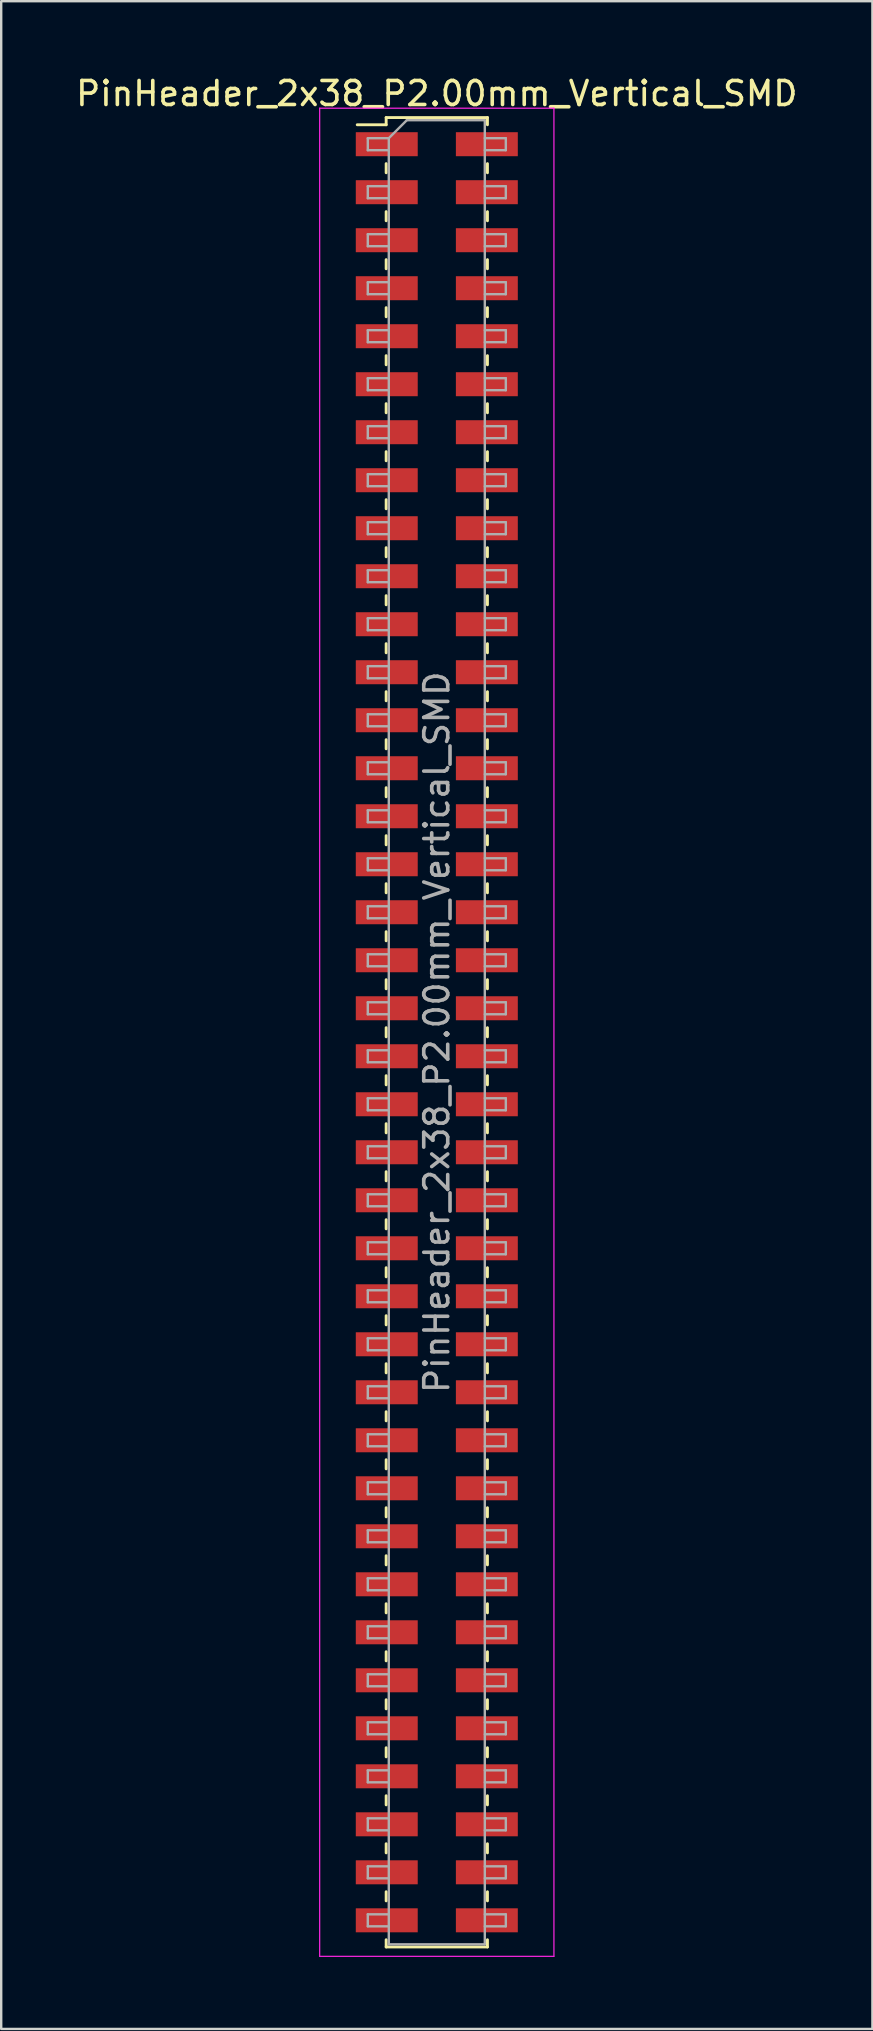
<source format=kicad_pcb>
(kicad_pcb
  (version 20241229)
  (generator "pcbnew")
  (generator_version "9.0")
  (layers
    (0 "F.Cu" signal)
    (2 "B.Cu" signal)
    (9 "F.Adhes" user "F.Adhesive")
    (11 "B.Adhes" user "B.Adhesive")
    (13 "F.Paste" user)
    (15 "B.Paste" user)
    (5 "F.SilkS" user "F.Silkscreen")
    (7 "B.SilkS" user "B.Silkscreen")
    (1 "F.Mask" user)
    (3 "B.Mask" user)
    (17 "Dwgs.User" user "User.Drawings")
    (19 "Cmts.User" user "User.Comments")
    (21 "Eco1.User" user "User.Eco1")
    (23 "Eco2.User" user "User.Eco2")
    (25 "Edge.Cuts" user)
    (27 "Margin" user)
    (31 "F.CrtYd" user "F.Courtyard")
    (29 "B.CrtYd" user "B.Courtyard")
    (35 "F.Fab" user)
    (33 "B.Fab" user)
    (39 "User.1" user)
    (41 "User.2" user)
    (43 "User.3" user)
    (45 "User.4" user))
  (footprint "PinHeader_2x38_P2.00mm_Vertical_SMD"
    (layer "F.Cu")
    (at 15.149 39.958)
    (property "Reference" "PinHeader_2x38_P2.00mm_Vertical_SMD" (at 0 -39.11 0) (layer "F.SilkS") (effects (font (size 1 1) (thickness 0.15))))
    (attr smd)
    (fp_line (start -3.315 -37.81) (end -2.11 -37.81) (stroke (width 0.12) (type solid)) (layer "F.SilkS"))
    (fp_line (start -2.11 -38.11) (end -2.11 -37.81) (stroke (width 0.12) (type solid)) (layer "F.SilkS"))
    (fp_line (start -2.11 -38.11) (end 2.11 -38.11) (stroke (width 0.12) (type solid)) (layer "F.SilkS"))
    (fp_line (start -2.11 -36.19) (end -2.11 -35.81) (stroke (width 0.12) (type solid)) (layer "F.SilkS"))
    (fp_line (start -2.11 -34.19) (end -2.11 -33.81) (stroke (width 0.12) (type solid)) (layer "F.SilkS"))
    (fp_line (start -2.11 -32.19) (end -2.11 -31.81) (stroke (width 0.12) (type solid)) (layer "F.SilkS"))
    (fp_line (start -2.11 -30.19) (end -2.11 -29.81) (stroke (width 0.12) (type solid)) (layer "F.SilkS"))
    (fp_line (start -2.11 -28.19) (end -2.11 -27.81) (stroke (width 0.12) (type solid)) (layer "F.SilkS"))
    (fp_line (start -2.11 -26.19) (end -2.11 -25.81) (stroke (width 0.12) (type solid)) (layer "F.SilkS"))
    (fp_line (start -2.11 -24.19) (end -2.11 -23.81) (stroke (width 0.12) (type solid)) (layer "F.SilkS"))
    (fp_line (start -2.11 -22.19) (end -2.11 -21.81) (stroke (width 0.12) (type solid)) (layer "F.SilkS"))
    (fp_line (start -2.11 -20.19) (end -2.11 -19.81) (stroke (width 0.12) (type solid)) (layer "F.SilkS"))
    (fp_line (start -2.11 -18.19) (end -2.11 -17.81) (stroke (width 0.12) (type solid)) (layer "F.SilkS"))
    (fp_line (start -2.11 -16.19) (end -2.11 -15.81) (stroke (width 0.12) (type solid)) (layer "F.SilkS"))
    (fp_line (start -2.11 -14.19) (end -2.11 -13.81) (stroke (width 0.12) (type solid)) (layer "F.SilkS"))
    (fp_line (start -2.11 -12.19) (end -2.11 -11.81) (stroke (width 0.12) (type solid)) (layer "F.SilkS"))
    (fp_line (start -2.11 -10.19) (end -2.11 -9.81) (stroke (width 0.12) (type solid)) (layer "F.SilkS"))
    (fp_line (start -2.11 -8.19) (end -2.11 -7.81) (stroke (width 0.12) (type solid)) (layer "F.SilkS"))
    (fp_line (start -2.11 -6.19) (end -2.11 -5.81) (stroke (width 0.12) (type solid)) (layer "F.SilkS"))
    (fp_line (start -2.11 -4.19) (end -2.11 -3.81) (stroke (width 0.12) (type solid)) (layer "F.SilkS"))
    (fp_line (start -2.11 -2.19) (end -2.11 -1.81) (stroke (width 0.12) (type solid)) (layer "F.SilkS"))
    (fp_line (start -2.11 -0.19) (end -2.11 0.19) (stroke (width 0.12) (type solid)) (layer "F.SilkS"))
    (fp_line (start -2.11 1.81) (end -2.11 2.19) (stroke (width 0.12) (type solid)) (layer "F.SilkS"))
    (fp_line (start -2.11 3.81) (end -2.11 4.19) (stroke (width 0.12) (type solid)) (layer "F.SilkS"))
    (fp_line (start -2.11 5.81) (end -2.11 6.19) (stroke (width 0.12) (type solid)) (layer "F.SilkS"))
    (fp_line (start -2.11 7.81) (end -2.11 8.19) (stroke (width 0.12) (type solid)) (layer "F.SilkS"))
    (fp_line (start -2.11 9.81) (end -2.11 10.19) (stroke (width 0.12) (type solid)) (layer "F.SilkS"))
    (fp_line (start -2.11 11.81) (end -2.11 12.19) (stroke (width 0.12) (type solid)) (layer "F.SilkS"))
    (fp_line (start -2.11 13.81) (end -2.11 14.19) (stroke (width 0.12) (type solid)) (layer "F.SilkS"))
    (fp_line (start -2.11 15.81) (end -2.11 16.19) (stroke (width 0.12) (type solid)) (layer "F.SilkS"))
    (fp_line (start -2.11 17.81) (end -2.11 18.19) (stroke (width 0.12) (type solid)) (layer "F.SilkS"))
    (fp_line (start -2.11 19.81) (end -2.11 20.19) (stroke (width 0.12) (type solid)) (layer "F.SilkS"))
    (fp_line (start -2.11 21.81) (end -2.11 22.19) (stroke (width 0.12) (type solid)) (layer "F.SilkS"))
    (fp_line (start -2.11 23.81) (end -2.11 24.19) (stroke (width 0.12) (type solid)) (layer "F.SilkS"))
    (fp_line (start -2.11 25.81) (end -2.11 26.19) (stroke (width 0.12) (type solid)) (layer "F.SilkS"))
    (fp_line (start -2.11 27.81) (end -2.11 28.19) (stroke (width 0.12) (type solid)) (layer "F.SilkS"))
    (fp_line (start -2.11 29.81) (end -2.11 30.19) (stroke (width 0.12) (type solid)) (layer "F.SilkS"))
    (fp_line (start -2.11 31.81) (end -2.11 32.19) (stroke (width 0.12) (type solid)) (layer "F.SilkS"))
    (fp_line (start -2.11 33.81) (end -2.11 34.19) (stroke (width 0.12) (type solid)) (layer "F.SilkS"))
    (fp_line (start -2.11 35.81) (end -2.11 36.19) (stroke (width 0.12) (type solid)) (layer "F.SilkS"))
    (fp_line (start -2.11 37.81) (end -2.11 38.11) (stroke (width 0.12) (type solid)) (layer "F.SilkS"))
    (fp_line (start -2.11 38.11) (end 2.11 38.11) (stroke (width 0.12) (type solid)) (layer "F.SilkS"))
    (fp_line (start 2.11 -38.11) (end 2.11 -37.81) (stroke (width 0.12) (type solid)) (layer "F.SilkS"))
    (fp_line (start 2.11 -36.19) (end 2.11 -35.81) (stroke (width 0.12) (type solid)) (layer "F.SilkS"))
    (fp_line (start 2.11 -34.19) (end 2.11 -33.81) (stroke (width 0.12) (type solid)) (layer "F.SilkS"))
    (fp_line (start 2.11 -32.19) (end 2.11 -31.81) (stroke (width 0.12) (type solid)) (layer "F.SilkS"))
    (fp_line (start 2.11 -30.19) (end 2.11 -29.81) (stroke (width 0.12) (type solid)) (layer "F.SilkS"))
    (fp_line (start 2.11 -28.19) (end 2.11 -27.81) (stroke (width 0.12) (type solid)) (layer "F.SilkS"))
    (fp_line (start 2.11 -26.19) (end 2.11 -25.81) (stroke (width 0.12) (type solid)) (layer "F.SilkS"))
    (fp_line (start 2.11 -24.19) (end 2.11 -23.81) (stroke (width 0.12) (type solid)) (layer "F.SilkS"))
    (fp_line (start 2.11 -22.19) (end 2.11 -21.81) (stroke (width 0.12) (type solid)) (layer "F.SilkS"))
    (fp_line (start 2.11 -20.19) (end 2.11 -19.81) (stroke (width 0.12) (type solid)) (layer "F.SilkS"))
    (fp_line (start 2.11 -18.19) (end 2.11 -17.81) (stroke (width 0.12) (type solid)) (layer "F.SilkS"))
    (fp_line (start 2.11 -16.19) (end 2.11 -15.81) (stroke (width 0.12) (type solid)) (layer "F.SilkS"))
    (fp_line (start 2.11 -14.19) (end 2.11 -13.81) (stroke (width 0.12) (type solid)) (layer "F.SilkS"))
    (fp_line (start 2.11 -12.19) (end 2.11 -11.81) (stroke (width 0.12) (type solid)) (layer "F.SilkS"))
    (fp_line (start 2.11 -10.19) (end 2.11 -9.81) (stroke (width 0.12) (type solid)) (layer "F.SilkS"))
    (fp_line (start 2.11 -8.19) (end 2.11 -7.81) (stroke (width 0.12) (type solid)) (layer "F.SilkS"))
    (fp_line (start 2.11 -6.19) (end 2.11 -5.81) (stroke (width 0.12) (type solid)) (layer "F.SilkS"))
    (fp_line (start 2.11 -4.19) (end 2.11 -3.81) (stroke (width 0.12) (type solid)) (layer "F.SilkS"))
    (fp_line (start 2.11 -2.19) (end 2.11 -1.81) (stroke (width 0.12) (type solid)) (layer "F.SilkS"))
    (fp_line (start 2.11 -0.19) (end 2.11 0.19) (stroke (width 0.12) (type solid)) (layer "F.SilkS"))
    (fp_line (start 2.11 1.81) (end 2.11 2.19) (stroke (width 0.12) (type solid)) (layer "F.SilkS"))
    (fp_line (start 2.11 3.81) (end 2.11 4.19) (stroke (width 0.12) (type solid)) (layer "F.SilkS"))
    (fp_line (start 2.11 5.81) (end 2.11 6.19) (stroke (width 0.12) (type solid)) (layer "F.SilkS"))
    (fp_line (start 2.11 7.81) (end 2.11 8.19) (stroke (width 0.12) (type solid)) (layer "F.SilkS"))
    (fp_line (start 2.11 9.81) (end 2.11 10.19) (stroke (width 0.12) (type solid)) (layer "F.SilkS"))
    (fp_line (start 2.11 11.81) (end 2.11 12.19) (stroke (width 0.12) (type solid)) (layer "F.SilkS"))
    (fp_line (start 2.11 13.81) (end 2.11 14.19) (stroke (width 0.12) (type solid)) (layer "F.SilkS"))
    (fp_line (start 2.11 15.81) (end 2.11 16.19) (stroke (width 0.12) (type solid)) (layer "F.SilkS"))
    (fp_line (start 2.11 17.81) (end 2.11 18.19) (stroke (width 0.12) (type solid)) (layer "F.SilkS"))
    (fp_line (start 2.11 19.81) (end 2.11 20.19) (stroke (width 0.12) (type solid)) (layer "F.SilkS"))
    (fp_line (start 2.11 21.81) (end 2.11 22.19) (stroke (width 0.12) (type solid)) (layer "F.SilkS"))
    (fp_line (start 2.11 23.81) (end 2.11 24.19) (stroke (width 0.12) (type solid)) (layer "F.SilkS"))
    (fp_line (start 2.11 25.81) (end 2.11 26.19) (stroke (width 0.12) (type solid)) (layer "F.SilkS"))
    (fp_line (start 2.11 27.81) (end 2.11 28.19) (stroke (width 0.12) (type solid)) (layer "F.SilkS"))
    (fp_line (start 2.11 29.81) (end 2.11 30.19) (stroke (width 0.12) (type solid)) (layer "F.SilkS"))
    (fp_line (start 2.11 31.81) (end 2.11 32.19) (stroke (width 0.12) (type solid)) (layer "F.SilkS"))
    (fp_line (start 2.11 33.81) (end 2.11 34.19) (stroke (width 0.12) (type solid)) (layer "F.SilkS"))
    (fp_line (start 2.11 35.81) (end 2.11 36.19) (stroke (width 0.12) (type solid)) (layer "F.SilkS"))
    (fp_line (start 2.11 37.81) (end 2.11 38.11) (stroke (width 0.12) (type solid)) (layer "F.SilkS"))
    (fp_line (start -4.88 -38.5) (end -4.88 38.5) (stroke (width 0.05) (type solid)) (layer "F.CrtYd"))
    (fp_line (start -4.88 38.5) (end 4.88 38.5) (stroke (width 0.05) (type solid)) (layer "F.CrtYd"))
    (fp_line (start 4.88 -38.5) (end -4.88 -38.5) (stroke (width 0.05) (type solid)) (layer "F.CrtYd"))
    (fp_line (start 4.88 38.5) (end 4.88 -38.5) (stroke (width 0.05) (type solid)) (layer "F.CrtYd"))
    (fp_line (start -2.875 -37.25) (end -2.875 -36.75) (stroke (width 0.1) (type solid)) (layer "F.Fab"))
    (fp_line (start -2.875 -36.75) (end -2 -36.75) (stroke (width 0.1) (type solid)) (layer "F.Fab"))
    (fp_line (start -2.875 -35.25) (end -2.875 -34.75) (stroke (width 0.1) (type solid)) (layer "F.Fab"))
    (fp_line (start -2.875 -34.75) (end -2 -34.75) (stroke (width 0.1) (type solid)) (layer "F.Fab"))
    (fp_line (start -2.875 -33.25) (end -2.875 -32.75) (stroke (width 0.1) (type solid)) (layer "F.Fab"))
    (fp_line (start -2.875 -32.75) (end -2 -32.75) (stroke (width 0.1) (type solid)) (layer "F.Fab"))
    (fp_line (start -2.875 -31.25) (end -2.875 -30.75) (stroke (width 0.1) (type solid)) (layer "F.Fab"))
    (fp_line (start -2.875 -30.75) (end -2 -30.75) (stroke (width 0.1) (type solid)) (layer "F.Fab"))
    (fp_line (start -2.875 -29.25) (end -2.875 -28.75) (stroke (width 0.1) (type solid)) (layer "F.Fab"))
    (fp_line (start -2.875 -28.75) (end -2 -28.75) (stroke (width 0.1) (type solid)) (layer "F.Fab"))
    (fp_line (start -2.875 -27.25) (end -2.875 -26.75) (stroke (width 0.1) (type solid)) (layer "F.Fab"))
    (fp_line (start -2.875 -26.75) (end -2 -26.75) (stroke (width 0.1) (type solid)) (layer "F.Fab"))
    (fp_line (start -2.875 -25.25) (end -2.875 -24.75) (stroke (width 0.1) (type solid)) (layer "F.Fab"))
    (fp_line (start -2.875 -24.75) (end -2 -24.75) (stroke (width 0.1) (type solid)) (layer "F.Fab"))
    (fp_line (start -2.875 -23.25) (end -2.875 -22.75) (stroke (width 0.1) (type solid)) (layer "F.Fab"))
    (fp_line (start -2.875 -22.75) (end -2 -22.75) (stroke (width 0.1) (type solid)) (layer "F.Fab"))
    (fp_line (start -2.875 -21.25) (end -2.875 -20.75) (stroke (width 0.1) (type solid)) (layer "F.Fab"))
    (fp_line (start -2.875 -20.75) (end -2 -20.75) (stroke (width 0.1) (type solid)) (layer "F.Fab"))
    (fp_line (start -2.875 -19.25) (end -2.875 -18.75) (stroke (width 0.1) (type solid)) (layer "F.Fab"))
    (fp_line (start -2.875 -18.75) (end -2 -18.75) (stroke (width 0.1) (type solid)) (layer "F.Fab"))
    (fp_line (start -2.875 -17.25) (end -2.875 -16.75) (stroke (width 0.1) (type solid)) (layer "F.Fab"))
    (fp_line (start -2.875 -16.75) (end -2 -16.75) (stroke (width 0.1) (type solid)) (layer "F.Fab"))
    (fp_line (start -2.875 -15.25) (end -2.875 -14.75) (stroke (width 0.1) (type solid)) (layer "F.Fab"))
    (fp_line (start -2.875 -14.75) (end -2 -14.75) (stroke (width 0.1) (type solid)) (layer "F.Fab"))
    (fp_line (start -2.875 -13.25) (end -2.875 -12.75) (stroke (width 0.1) (type solid)) (layer "F.Fab"))
    (fp_line (start -2.875 -12.75) (end -2 -12.75) (stroke (width 0.1) (type solid)) (layer "F.Fab"))
    (fp_line (start -2.875 -11.25) (end -2.875 -10.75) (stroke (width 0.1) (type solid)) (layer "F.Fab"))
    (fp_line (start -2.875 -10.75) (end -2 -10.75) (stroke (width 0.1) (type solid)) (layer "F.Fab"))
    (fp_line (start -2.875 -9.25) (end -2.875 -8.75) (stroke (width 0.1) (type solid)) (layer "F.Fab"))
    (fp_line (start -2.875 -8.75) (end -2 -8.75) (stroke (width 0.1) (type solid)) (layer "F.Fab"))
    (fp_line (start -2.875 -7.25) (end -2.875 -6.75) (stroke (width 0.1) (type solid)) (layer "F.Fab"))
    (fp_line (start -2.875 -6.75) (end -2 -6.75) (stroke (width 0.1) (type solid)) (layer "F.Fab"))
    (fp_line (start -2.875 -5.25) (end -2.875 -4.75) (stroke (width 0.1) (type solid)) (layer "F.Fab"))
    (fp_line (start -2.875 -4.75) (end -2 -4.75) (stroke (width 0.1) (type solid)) (layer "F.Fab"))
    (fp_line (start -2.875 -3.25) (end -2.875 -2.75) (stroke (width 0.1) (type solid)) (layer "F.Fab"))
    (fp_line (start -2.875 -2.75) (end -2 -2.75) (stroke (width 0.1) (type solid)) (layer "F.Fab"))
    (fp_line (start -2.875 -1.25) (end -2.875 -0.75) (stroke (width 0.1) (type solid)) (layer "F.Fab"))
    (fp_line (start -2.875 -0.75) (end -2 -0.75) (stroke (width 0.1) (type solid)) (layer "F.Fab"))
    (fp_line (start -2.875 0.75) (end -2.875 1.25) (stroke (width 0.1) (type solid)) (layer "F.Fab"))
    (fp_line (start -2.875 1.25) (end -2 1.25) (stroke (width 0.1) (type solid)) (layer "F.Fab"))
    (fp_line (start -2.875 2.75) (end -2.875 3.25) (stroke (width 0.1) (type solid)) (layer "F.Fab"))
    (fp_line (start -2.875 3.25) (end -2 3.25) (stroke (width 0.1) (type solid)) (layer "F.Fab"))
    (fp_line (start -2.875 4.75) (end -2.875 5.25) (stroke (width 0.1) (type solid)) (layer "F.Fab"))
    (fp_line (start -2.875 5.25) (end -2 5.25) (stroke (width 0.1) (type solid)) (layer "F.Fab"))
    (fp_line (start -2.875 6.75) (end -2.875 7.25) (stroke (width 0.1) (type solid)) (layer "F.Fab"))
    (fp_line (start -2.875 7.25) (end -2 7.25) (stroke (width 0.1) (type solid)) (layer "F.Fab"))
    (fp_line (start -2.875 8.75) (end -2.875 9.25) (stroke (width 0.1) (type solid)) (layer "F.Fab"))
    (fp_line (start -2.875 9.25) (end -2 9.25) (stroke (width 0.1) (type solid)) (layer "F.Fab"))
    (fp_line (start -2.875 10.75) (end -2.875 11.25) (stroke (width 0.1) (type solid)) (layer "F.Fab"))
    (fp_line (start -2.875 11.25) (end -2 11.25) (stroke (width 0.1) (type solid)) (layer "F.Fab"))
    (fp_line (start -2.875 12.75) (end -2.875 13.25) (stroke (width 0.1) (type solid)) (layer "F.Fab"))
    (fp_line (start -2.875 13.25) (end -2 13.25) (stroke (width 0.1) (type solid)) (layer "F.Fab"))
    (fp_line (start -2.875 14.75) (end -2.875 15.25) (stroke (width 0.1) (type solid)) (layer "F.Fab"))
    (fp_line (start -2.875 15.25) (end -2 15.25) (stroke (width 0.1) (type solid)) (layer "F.Fab"))
    (fp_line (start -2.875 16.75) (end -2.875 17.25) (stroke (width 0.1) (type solid)) (layer "F.Fab"))
    (fp_line (start -2.875 17.25) (end -2 17.25) (stroke (width 0.1) (type solid)) (layer "F.Fab"))
    (fp_line (start -2.875 18.75) (end -2.875 19.25) (stroke (width 0.1) (type solid)) (layer "F.Fab"))
    (fp_line (start -2.875 19.25) (end -2 19.25) (stroke (width 0.1) (type solid)) (layer "F.Fab"))
    (fp_line (start -2.875 20.75) (end -2.875 21.25) (stroke (width 0.1) (type solid)) (layer "F.Fab"))
    (fp_line (start -2.875 21.25) (end -2 21.25) (stroke (width 0.1) (type solid)) (layer "F.Fab"))
    (fp_line (start -2.875 22.75) (end -2.875 23.25) (stroke (width 0.1) (type solid)) (layer "F.Fab"))
    (fp_line (start -2.875 23.25) (end -2 23.25) (stroke (width 0.1) (type solid)) (layer "F.Fab"))
    (fp_line (start -2.875 24.75) (end -2.875 25.25) (stroke (width 0.1) (type solid)) (layer "F.Fab"))
    (fp_line (start -2.875 25.25) (end -2 25.25) (stroke (width 0.1) (type solid)) (layer "F.Fab"))
    (fp_line (start -2.875 26.75) (end -2.875 27.25) (stroke (width 0.1) (type solid)) (layer "F.Fab"))
    (fp_line (start -2.875 27.25) (end -2 27.25) (stroke (width 0.1) (type solid)) (layer "F.Fab"))
    (fp_line (start -2.875 28.75) (end -2.875 29.25) (stroke (width 0.1) (type solid)) (layer "F.Fab"))
    (fp_line (start -2.875 29.25) (end -2 29.25) (stroke (width 0.1) (type solid)) (layer "F.Fab"))
    (fp_line (start -2.875 30.75) (end -2.875 31.25) (stroke (width 0.1) (type solid)) (layer "F.Fab"))
    (fp_line (start -2.875 31.25) (end -2 31.25) (stroke (width 0.1) (type solid)) (layer "F.Fab"))
    (fp_line (start -2.875 32.75) (end -2.875 33.25) (stroke (width 0.1) (type solid)) (layer "F.Fab"))
    (fp_line (start -2.875 33.25) (end -2 33.25) (stroke (width 0.1) (type solid)) (layer "F.Fab"))
    (fp_line (start -2.875 34.75) (end -2.875 35.25) (stroke (width 0.1) (type solid)) (layer "F.Fab"))
    (fp_line (start -2.875 35.25) (end -2 35.25) (stroke (width 0.1) (type solid)) (layer "F.Fab"))
    (fp_line (start -2.875 36.75) (end -2.875 37.25) (stroke (width 0.1) (type solid)) (layer "F.Fab"))
    (fp_line (start -2.875 37.25) (end -2 37.25) (stroke (width 0.1) (type solid)) (layer "F.Fab"))
    (fp_line (start -2 -37.25) (end -2.875 -37.25) (stroke (width 0.1) (type solid)) (layer "F.Fab"))
    (fp_line (start -2 -37.25) (end -1.25 -38) (stroke (width 0.1) (type solid)) (layer "F.Fab"))
    (fp_line (start -2 -35.25) (end -2.875 -35.25) (stroke (width 0.1) (type solid)) (layer "F.Fab"))
    (fp_line (start -2 -33.25) (end -2.875 -33.25) (stroke (width 0.1) (type solid)) (layer "F.Fab"))
    (fp_line (start -2 -31.25) (end -2.875 -31.25) (stroke (width 0.1) (type solid)) (layer "F.Fab"))
    (fp_line (start -2 -29.25) (end -2.875 -29.25) (stroke (width 0.1) (type solid)) (layer "F.Fab"))
    (fp_line (start -2 -27.25) (end -2.875 -27.25) (stroke (width 0.1) (type solid)) (layer "F.Fab"))
    (fp_line (start -2 -25.25) (end -2.875 -25.25) (stroke (width 0.1) (type solid)) (layer "F.Fab"))
    (fp_line (start -2 -23.25) (end -2.875 -23.25) (stroke (width 0.1) (type solid)) (layer "F.Fab"))
    (fp_line (start -2 -21.25) (end -2.875 -21.25) (stroke (width 0.1) (type solid)) (layer "F.Fab"))
    (fp_line (start -2 -19.25) (end -2.875 -19.25) (stroke (width 0.1) (type solid)) (layer "F.Fab"))
    (fp_line (start -2 -17.25) (end -2.875 -17.25) (stroke (width 0.1) (type solid)) (layer "F.Fab"))
    (fp_line (start -2 -15.25) (end -2.875 -15.25) (stroke (width 0.1) (type solid)) (layer "F.Fab"))
    (fp_line (start -2 -13.25) (end -2.875 -13.25) (stroke (width 0.1) (type solid)) (layer "F.Fab"))
    (fp_line (start -2 -11.25) (end -2.875 -11.25) (stroke (width 0.1) (type solid)) (layer "F.Fab"))
    (fp_line (start -2 -9.25) (end -2.875 -9.25) (stroke (width 0.1) (type solid)) (layer "F.Fab"))
    (fp_line (start -2 -7.25) (end -2.875 -7.25) (stroke (width 0.1) (type solid)) (layer "F.Fab"))
    (fp_line (start -2 -5.25) (end -2.875 -5.25) (stroke (width 0.1) (type solid)) (layer "F.Fab"))
    (fp_line (start -2 -3.25) (end -2.875 -3.25) (stroke (width 0.1) (type solid)) (layer "F.Fab"))
    (fp_line (start -2 -1.25) (end -2.875 -1.25) (stroke (width 0.1) (type solid)) (layer "F.Fab"))
    (fp_line (start -2 0.75) (end -2.875 0.75) (stroke (width 0.1) (type solid)) (layer "F.Fab"))
    (fp_line (start -2 2.75) (end -2.875 2.75) (stroke (width 0.1) (type solid)) (layer "F.Fab"))
    (fp_line (start -2 4.75) (end -2.875 4.75) (stroke (width 0.1) (type solid)) (layer "F.Fab"))
    (fp_line (start -2 6.75) (end -2.875 6.75) (stroke (width 0.1) (type solid)) (layer "F.Fab"))
    (fp_line (start -2 8.75) (end -2.875 8.75) (stroke (width 0.1) (type solid)) (layer "F.Fab"))
    (fp_line (start -2 10.75) (end -2.875 10.75) (stroke (width 0.1) (type solid)) (layer "F.Fab"))
    (fp_line (start -2 12.75) (end -2.875 12.75) (stroke (width 0.1) (type solid)) (layer "F.Fab"))
    (fp_line (start -2 14.75) (end -2.875 14.75) (stroke (width 0.1) (type solid)) (layer "F.Fab"))
    (fp_line (start -2 16.75) (end -2.875 16.75) (stroke (width 0.1) (type solid)) (layer "F.Fab"))
    (fp_line (start -2 18.75) (end -2.875 18.75) (stroke (width 0.1) (type solid)) (layer "F.Fab"))
    (fp_line (start -2 20.75) (end -2.875 20.75) (stroke (width 0.1) (type solid)) (layer "F.Fab"))
    (fp_line (start -2 22.75) (end -2.875 22.75) (stroke (width 0.1) (type solid)) (layer "F.Fab"))
    (fp_line (start -2 24.75) (end -2.875 24.75) (stroke (width 0.1) (type solid)) (layer "F.Fab"))
    (fp_line (start -2 26.75) (end -2.875 26.75) (stroke (width 0.1) (type solid)) (layer "F.Fab"))
    (fp_line (start -2 28.75) (end -2.875 28.75) (stroke (width 0.1) (type solid)) (layer "F.Fab"))
    (fp_line (start -2 30.75) (end -2.875 30.75) (stroke (width 0.1) (type solid)) (layer "F.Fab"))
    (fp_line (start -2 32.75) (end -2.875 32.75) (stroke (width 0.1) (type solid)) (layer "F.Fab"))
    (fp_line (start -2 34.75) (end -2.875 34.75) (stroke (width 0.1) (type solid)) (layer "F.Fab"))
    (fp_line (start -2 36.75) (end -2.875 36.75) (stroke (width 0.1) (type solid)) (layer "F.Fab"))
    (fp_line (start -2 38) (end -2 -37.25) (stroke (width 0.1) (type solid)) (layer "F.Fab"))
    (fp_line (start -1.25 -38) (end 2 -38) (stroke (width 0.1) (type solid)) (layer "F.Fab"))
    (fp_line (start 2 -38) (end 2 38) (stroke (width 0.1) (type solid)) (layer "F.Fab"))
    (fp_line (start 2 -37.25) (end 2.875 -37.25) (stroke (width 0.1) (type solid)) (layer "F.Fab"))
    (fp_line (start 2 -35.25) (end 2.875 -35.25) (stroke (width 0.1) (type solid)) (layer "F.Fab"))
    (fp_line (start 2 -33.25) (end 2.875 -33.25) (stroke (width 0.1) (type solid)) (layer "F.Fab"))
    (fp_line (start 2 -31.25) (end 2.875 -31.25) (stroke (width 0.1) (type solid)) (layer "F.Fab"))
    (fp_line (start 2 -29.25) (end 2.875 -29.25) (stroke (width 0.1) (type solid)) (layer "F.Fab"))
    (fp_line (start 2 -27.25) (end 2.875 -27.25) (stroke (width 0.1) (type solid)) (layer "F.Fab"))
    (fp_line (start 2 -25.25) (end 2.875 -25.25) (stroke (width 0.1) (type solid)) (layer "F.Fab"))
    (fp_line (start 2 -23.25) (end 2.875 -23.25) (stroke (width 0.1) (type solid)) (layer "F.Fab"))
    (fp_line (start 2 -21.25) (end 2.875 -21.25) (stroke (width 0.1) (type solid)) (layer "F.Fab"))
    (fp_line (start 2 -19.25) (end 2.875 -19.25) (stroke (width 0.1) (type solid)) (layer "F.Fab"))
    (fp_line (start 2 -17.25) (end 2.875 -17.25) (stroke (width 0.1) (type solid)) (layer "F.Fab"))
    (fp_line (start 2 -15.25) (end 2.875 -15.25) (stroke (width 0.1) (type solid)) (layer "F.Fab"))
    (fp_line (start 2 -13.25) (end 2.875 -13.25) (stroke (width 0.1) (type solid)) (layer "F.Fab"))
    (fp_line (start 2 -11.25) (end 2.875 -11.25) (stroke (width 0.1) (type solid)) (layer "F.Fab"))
    (fp_line (start 2 -9.25) (end 2.875 -9.25) (stroke (width 0.1) (type solid)) (layer "F.Fab"))
    (fp_line (start 2 -7.25) (end 2.875 -7.25) (stroke (width 0.1) (type solid)) (layer "F.Fab"))
    (fp_line (start 2 -5.25) (end 2.875 -5.25) (stroke (width 0.1) (type solid)) (layer "F.Fab"))
    (fp_line (start 2 -3.25) (end 2.875 -3.25) (stroke (width 0.1) (type solid)) (layer "F.Fab"))
    (fp_line (start 2 -1.25) (end 2.875 -1.25) (stroke (width 0.1) (type solid)) (layer "F.Fab"))
    (fp_line (start 2 0.75) (end 2.875 0.75) (stroke (width 0.1) (type solid)) (layer "F.Fab"))
    (fp_line (start 2 2.75) (end 2.875 2.75) (stroke (width 0.1) (type solid)) (layer "F.Fab"))
    (fp_line (start 2 4.75) (end 2.875 4.75) (stroke (width 0.1) (type solid)) (layer "F.Fab"))
    (fp_line (start 2 6.75) (end 2.875 6.75) (stroke (width 0.1) (type solid)) (layer "F.Fab"))
    (fp_line (start 2 8.75) (end 2.875 8.75) (stroke (width 0.1) (type solid)) (layer "F.Fab"))
    (fp_line (start 2 10.75) (end 2.875 10.75) (stroke (width 0.1) (type solid)) (layer "F.Fab"))
    (fp_line (start 2 12.75) (end 2.875 12.75) (stroke (width 0.1) (type solid)) (layer "F.Fab"))
    (fp_line (start 2 14.75) (end 2.875 14.75) (stroke (width 0.1) (type solid)) (layer "F.Fab"))
    (fp_line (start 2 16.75) (end 2.875 16.75) (stroke (width 0.1) (type solid)) (layer "F.Fab"))
    (fp_line (start 2 18.75) (end 2.875 18.75) (stroke (width 0.1) (type solid)) (layer "F.Fab"))
    (fp_line (start 2 20.75) (end 2.875 20.75) (stroke (width 0.1) (type solid)) (layer "F.Fab"))
    (fp_line (start 2 22.75) (end 2.875 22.75) (stroke (width 0.1) (type solid)) (layer "F.Fab"))
    (fp_line (start 2 24.75) (end 2.875 24.75) (stroke (width 0.1) (type solid)) (layer "F.Fab"))
    (fp_line (start 2 26.75) (end 2.875 26.75) (stroke (width 0.1) (type solid)) (layer "F.Fab"))
    (fp_line (start 2 28.75) (end 2.875 28.75) (stroke (width 0.1) (type solid)) (layer "F.Fab"))
    (fp_line (start 2 30.75) (end 2.875 30.75) (stroke (width 0.1) (type solid)) (layer "F.Fab"))
    (fp_line (start 2 32.75) (end 2.875 32.75) (stroke (width 0.1) (type solid)) (layer "F.Fab"))
    (fp_line (start 2 34.75) (end 2.875 34.75) (stroke (width 0.1) (type solid)) (layer "F.Fab"))
    (fp_line (start 2 36.75) (end 2.875 36.75) (stroke (width 0.1) (type solid)) (layer "F.Fab"))
    (fp_line (start 2 38) (end -2 38) (stroke (width 0.1) (type solid)) (layer "F.Fab"))
    (fp_line (start 2.875 -37.25) (end 2.875 -36.75) (stroke (width 0.1) (type solid)) (layer "F.Fab"))
    (fp_line (start 2.875 -36.75) (end 2 -36.75) (stroke (width 0.1) (type solid)) (layer "F.Fab"))
    (fp_line (start 2.875 -35.25) (end 2.875 -34.75) (stroke (width 0.1) (type solid)) (layer "F.Fab"))
    (fp_line (start 2.875 -34.75) (end 2 -34.75) (stroke (width 0.1) (type solid)) (layer "F.Fab"))
    (fp_line (start 2.875 -33.25) (end 2.875 -32.75) (stroke (width 0.1) (type solid)) (layer "F.Fab"))
    (fp_line (start 2.875 -32.75) (end 2 -32.75) (stroke (width 0.1) (type solid)) (layer "F.Fab"))
    (fp_line (start 2.875 -31.25) (end 2.875 -30.75) (stroke (width 0.1) (type solid)) (layer "F.Fab"))
    (fp_line (start 2.875 -30.75) (end 2 -30.75) (stroke (width 0.1) (type solid)) (layer "F.Fab"))
    (fp_line (start 2.875 -29.25) (end 2.875 -28.75) (stroke (width 0.1) (type solid)) (layer "F.Fab"))
    (fp_line (start 2.875 -28.75) (end 2 -28.75) (stroke (width 0.1) (type solid)) (layer "F.Fab"))
    (fp_line (start 2.875 -27.25) (end 2.875 -26.75) (stroke (width 0.1) (type solid)) (layer "F.Fab"))
    (fp_line (start 2.875 -26.75) (end 2 -26.75) (stroke (width 0.1) (type solid)) (layer "F.Fab"))
    (fp_line (start 2.875 -25.25) (end 2.875 -24.75) (stroke (width 0.1) (type solid)) (layer "F.Fab"))
    (fp_line (start 2.875 -24.75) (end 2 -24.75) (stroke (width 0.1) (type solid)) (layer "F.Fab"))
    (fp_line (start 2.875 -23.25) (end 2.875 -22.75) (stroke (width 0.1) (type solid)) (layer "F.Fab"))
    (fp_line (start 2.875 -22.75) (end 2 -22.75) (stroke (width 0.1) (type solid)) (layer "F.Fab"))
    (fp_line (start 2.875 -21.25) (end 2.875 -20.75) (stroke (width 0.1) (type solid)) (layer "F.Fab"))
    (fp_line (start 2.875 -20.75) (end 2 -20.75) (stroke (width 0.1) (type solid)) (layer "F.Fab"))
    (fp_line (start 2.875 -19.25) (end 2.875 -18.75) (stroke (width 0.1) (type solid)) (layer "F.Fab"))
    (fp_line (start 2.875 -18.75) (end 2 -18.75) (stroke (width 0.1) (type solid)) (layer "F.Fab"))
    (fp_line (start 2.875 -17.25) (end 2.875 -16.75) (stroke (width 0.1) (type solid)) (layer "F.Fab"))
    (fp_line (start 2.875 -16.75) (end 2 -16.75) (stroke (width 0.1) (type solid)) (layer "F.Fab"))
    (fp_line (start 2.875 -15.25) (end 2.875 -14.75) (stroke (width 0.1) (type solid)) (layer "F.Fab"))
    (fp_line (start 2.875 -14.75) (end 2 -14.75) (stroke (width 0.1) (type solid)) (layer "F.Fab"))
    (fp_line (start 2.875 -13.25) (end 2.875 -12.75) (stroke (width 0.1) (type solid)) (layer "F.Fab"))
    (fp_line (start 2.875 -12.75) (end 2 -12.75) (stroke (width 0.1) (type solid)) (layer "F.Fab"))
    (fp_line (start 2.875 -11.25) (end 2.875 -10.75) (stroke (width 0.1) (type solid)) (layer "F.Fab"))
    (fp_line (start 2.875 -10.75) (end 2 -10.75) (stroke (width 0.1) (type solid)) (layer "F.Fab"))
    (fp_line (start 2.875 -9.25) (end 2.875 -8.75) (stroke (width 0.1) (type solid)) (layer "F.Fab"))
    (fp_line (start 2.875 -8.75) (end 2 -8.75) (stroke (width 0.1) (type solid)) (layer "F.Fab"))
    (fp_line (start 2.875 -7.25) (end 2.875 -6.75) (stroke (width 0.1) (type solid)) (layer "F.Fab"))
    (fp_line (start 2.875 -6.75) (end 2 -6.75) (stroke (width 0.1) (type solid)) (layer "F.Fab"))
    (fp_line (start 2.875 -5.25) (end 2.875 -4.75) (stroke (width 0.1) (type solid)) (layer "F.Fab"))
    (fp_line (start 2.875 -4.75) (end 2 -4.75) (stroke (width 0.1) (type solid)) (layer "F.Fab"))
    (fp_line (start 2.875 -3.25) (end 2.875 -2.75) (stroke (width 0.1) (type solid)) (layer "F.Fab"))
    (fp_line (start 2.875 -2.75) (end 2 -2.75) (stroke (width 0.1) (type solid)) (layer "F.Fab"))
    (fp_line (start 2.875 -1.25) (end 2.875 -0.75) (stroke (width 0.1) (type solid)) (layer "F.Fab"))
    (fp_line (start 2.875 -0.75) (end 2 -0.75) (stroke (width 0.1) (type solid)) (layer "F.Fab"))
    (fp_line (start 2.875 0.75) (end 2.875 1.25) (stroke (width 0.1) (type solid)) (layer "F.Fab"))
    (fp_line (start 2.875 1.25) (end 2 1.25) (stroke (width 0.1) (type solid)) (layer "F.Fab"))
    (fp_line (start 2.875 2.75) (end 2.875 3.25) (stroke (width 0.1) (type solid)) (layer "F.Fab"))
    (fp_line (start 2.875 3.25) (end 2 3.25) (stroke (width 0.1) (type solid)) (layer "F.Fab"))
    (fp_line (start 2.875 4.75) (end 2.875 5.25) (stroke (width 0.1) (type solid)) (layer "F.Fab"))
    (fp_line (start 2.875 5.25) (end 2 5.25) (stroke (width 0.1) (type solid)) (layer "F.Fab"))
    (fp_line (start 2.875 6.75) (end 2.875 7.25) (stroke (width 0.1) (type solid)) (layer "F.Fab"))
    (fp_line (start 2.875 7.25) (end 2 7.25) (stroke (width 0.1) (type solid)) (layer "F.Fab"))
    (fp_line (start 2.875 8.75) (end 2.875 9.25) (stroke (width 0.1) (type solid)) (layer "F.Fab"))
    (fp_line (start 2.875 9.25) (end 2 9.25) (stroke (width 0.1) (type solid)) (layer "F.Fab"))
    (fp_line (start 2.875 10.75) (end 2.875 11.25) (stroke (width 0.1) (type solid)) (layer "F.Fab"))
    (fp_line (start 2.875 11.25) (end 2 11.25) (stroke (width 0.1) (type solid)) (layer "F.Fab"))
    (fp_line (start 2.875 12.75) (end 2.875 13.25) (stroke (width 0.1) (type solid)) (layer "F.Fab"))
    (fp_line (start 2.875 13.25) (end 2 13.25) (stroke (width 0.1) (type solid)) (layer "F.Fab"))
    (fp_line (start 2.875 14.75) (end 2.875 15.25) (stroke (width 0.1) (type solid)) (layer "F.Fab"))
    (fp_line (start 2.875 15.25) (end 2 15.25) (stroke (width 0.1) (type solid)) (layer "F.Fab"))
    (fp_line (start 2.875 16.75) (end 2.875 17.25) (stroke (width 0.1) (type solid)) (layer "F.Fab"))
    (fp_line (start 2.875 17.25) (end 2 17.25) (stroke (width 0.1) (type solid)) (layer "F.Fab"))
    (fp_line (start 2.875 18.75) (end 2.875 19.25) (stroke (width 0.1) (type solid)) (layer "F.Fab"))
    (fp_line (start 2.875 19.25) (end 2 19.25) (stroke (width 0.1) (type solid)) (layer "F.Fab"))
    (fp_line (start 2.875 20.75) (end 2.875 21.25) (stroke (width 0.1) (type solid)) (layer "F.Fab"))
    (fp_line (start 2.875 21.25) (end 2 21.25) (stroke (width 0.1) (type solid)) (layer "F.Fab"))
    (fp_line (start 2.875 22.75) (end 2.875 23.25) (stroke (width 0.1) (type solid)) (layer "F.Fab"))
    (fp_line (start 2.875 23.25) (end 2 23.25) (stroke (width 0.1) (type solid)) (layer "F.Fab"))
    (fp_line (start 2.875 24.75) (end 2.875 25.25) (stroke (width 0.1) (type solid)) (layer "F.Fab"))
    (fp_line (start 2.875 25.25) (end 2 25.25) (stroke (width 0.1) (type solid)) (layer "F.Fab"))
    (fp_line (start 2.875 26.75) (end 2.875 27.25) (stroke (width 0.1) (type solid)) (layer "F.Fab"))
    (fp_line (start 2.875 27.25) (end 2 27.25) (stroke (width 0.1) (type solid)) (layer "F.Fab"))
    (fp_line (start 2.875 28.75) (end 2.875 29.25) (stroke (width 0.1) (type solid)) (layer "F.Fab"))
    (fp_line (start 2.875 29.25) (end 2 29.25) (stroke (width 0.1) (type solid)) (layer "F.Fab"))
    (fp_line (start 2.875 30.75) (end 2.875 31.25) (stroke (width 0.1) (type solid)) (layer "F.Fab"))
    (fp_line (start 2.875 31.25) (end 2 31.25) (stroke (width 0.1) (type solid)) (layer "F.Fab"))
    (fp_line (start 2.875 32.75) (end 2.875 33.25) (stroke (width 0.1) (type solid)) (layer "F.Fab"))
    (fp_line (start 2.875 33.25) (end 2 33.25) (stroke (width 0.1) (type solid)) (layer "F.Fab"))
    (fp_line (start 2.875 34.75) (end 2.875 35.25) (stroke (width 0.1) (type solid)) (layer "F.Fab"))
    (fp_line (start 2.875 35.25) (end 2 35.25) (stroke (width 0.1) (type solid)) (layer "F.Fab"))
    (fp_line (start 2.875 36.75) (end 2.875 37.25) (stroke (width 0.1) (type solid)) (layer "F.Fab"))
    (fp_line (start 2.875 37.25) (end 2 37.25) (stroke (width 0.1) (type solid)) (layer "F.Fab"))
    (fp_text user "${REFERENCE}" (at 0 0 90) (layer "F.Fab") (effects (font (size 1 1) (thickness 0.15))))
    (pad "1" smd rect (at -2.085 -37) (size 2.58 1) (layers "F.Cu" "F.Mask" "F.Paste"))
    (pad "2" smd rect (at 2.085 -37) (size 2.58 1) (layers "F.Cu" "F.Mask" "F.Paste"))
    (pad "3" smd rect (at -2.085 -35) (size 2.58 1) (layers "F.Cu" "F.Mask" "F.Paste"))
    (pad "4" smd rect (at 2.085 -35) (size 2.58 1) (layers "F.Cu" "F.Mask" "F.Paste"))
    (pad "5" smd rect (at -2.085 -33) (size 2.58 1) (layers "F.Cu" "F.Mask" "F.Paste"))
    (pad "6" smd rect (at 2.085 -33) (size 2.58 1) (layers "F.Cu" "F.Mask" "F.Paste"))
    (pad "7" smd rect (at -2.085 -31) (size 2.58 1) (layers "F.Cu" "F.Mask" "F.Paste"))
    (pad "8" smd rect (at 2.085 -31) (size 2.58 1) (layers "F.Cu" "F.Mask" "F.Paste"))
    (pad "9" smd rect (at -2.085 -29) (size 2.58 1) (layers "F.Cu" "F.Mask" "F.Paste"))
    (pad "10" smd rect (at 2.085 -29) (size 2.58 1) (layers "F.Cu" "F.Mask" "F.Paste"))
    (pad "11" smd rect (at -2.085 -27) (size 2.58 1) (layers "F.Cu" "F.Mask" "F.Paste"))
    (pad "12" smd rect (at 2.085 -27) (size 2.58 1) (layers "F.Cu" "F.Mask" "F.Paste"))
    (pad "13" smd rect (at -2.085 -25) (size 2.58 1) (layers "F.Cu" "F.Mask" "F.Paste"))
    (pad "14" smd rect (at 2.085 -25) (size 2.58 1) (layers "F.Cu" "F.Mask" "F.Paste"))
    (pad "15" smd rect (at -2.085 -23) (size 2.58 1) (layers "F.Cu" "F.Mask" "F.Paste"))
    (pad "16" smd rect (at 2.085 -23) (size 2.58 1) (layers "F.Cu" "F.Mask" "F.Paste"))
    (pad "17" smd rect (at -2.085 -21) (size 2.58 1) (layers "F.Cu" "F.Mask" "F.Paste"))
    (pad "18" smd rect (at 2.085 -21) (size 2.58 1) (layers "F.Cu" "F.Mask" "F.Paste"))
    (pad "19" smd rect (at -2.085 -19) (size 2.58 1) (layers "F.Cu" "F.Mask" "F.Paste"))
    (pad "20" smd rect (at 2.085 -19) (size 2.58 1) (layers "F.Cu" "F.Mask" "F.Paste"))
    (pad "21" smd rect (at -2.085 -17) (size 2.58 1) (layers "F.Cu" "F.Mask" "F.Paste"))
    (pad "22" smd rect (at 2.085 -17) (size 2.58 1) (layers "F.Cu" "F.Mask" "F.Paste"))
    (pad "23" smd rect (at -2.085 -15) (size 2.58 1) (layers "F.Cu" "F.Mask" "F.Paste"))
    (pad "24" smd rect (at 2.085 -15) (size 2.58 1) (layers "F.Cu" "F.Mask" "F.Paste"))
    (pad "25" smd rect (at -2.085 -13) (size 2.58 1) (layers "F.Cu" "F.Mask" "F.Paste"))
    (pad "26" smd rect (at 2.085 -13) (size 2.58 1) (layers "F.Cu" "F.Mask" "F.Paste"))
    (pad "27" smd rect (at -2.085 -11) (size 2.58 1) (layers "F.Cu" "F.Mask" "F.Paste"))
    (pad "28" smd rect (at 2.085 -11) (size 2.58 1) (layers "F.Cu" "F.Mask" "F.Paste"))
    (pad "29" smd rect (at -2.085 -9) (size 2.58 1) (layers "F.Cu" "F.Mask" "F.Paste"))
    (pad "30" smd rect (at 2.085 -9) (size 2.58 1) (layers "F.Cu" "F.Mask" "F.Paste"))
    (pad "31" smd rect (at -2.085 -7) (size 2.58 1) (layers "F.Cu" "F.Mask" "F.Paste"))
    (pad "32" smd rect (at 2.085 -7) (size 2.58 1) (layers "F.Cu" "F.Mask" "F.Paste"))
    (pad "33" smd rect (at -2.085 -5) (size 2.58 1) (layers "F.Cu" "F.Mask" "F.Paste"))
    (pad "34" smd rect (at 2.085 -5) (size 2.58 1) (layers "F.Cu" "F.Mask" "F.Paste"))
    (pad "35" smd rect (at -2.085 -3) (size 2.58 1) (layers "F.Cu" "F.Mask" "F.Paste"))
    (pad "36" smd rect (at 2.085 -3) (size 2.58 1) (layers "F.Cu" "F.Mask" "F.Paste"))
    (pad "37" smd rect (at -2.085 -1) (size 2.58 1) (layers "F.Cu" "F.Mask" "F.Paste"))
    (pad "38" smd rect (at 2.085 -1) (size 2.58 1) (layers "F.Cu" "F.Mask" "F.Paste"))
    (pad "39" smd rect (at -2.085 1) (size 2.58 1) (layers "F.Cu" "F.Mask" "F.Paste"))
    (pad "40" smd rect (at 2.085 1) (size 2.58 1) (layers "F.Cu" "F.Mask" "F.Paste"))
    (pad "41" smd rect (at -2.085 3) (size 2.58 1) (layers "F.Cu" "F.Mask" "F.Paste"))
    (pad "42" smd rect (at 2.085 3) (size 2.58 1) (layers "F.Cu" "F.Mask" "F.Paste"))
    (pad "43" smd rect (at -2.085 5) (size 2.58 1) (layers "F.Cu" "F.Mask" "F.Paste"))
    (pad "44" smd rect (at 2.085 5) (size 2.58 1) (layers "F.Cu" "F.Mask" "F.Paste"))
    (pad "45" smd rect (at -2.085 7) (size 2.58 1) (layers "F.Cu" "F.Mask" "F.Paste"))
    (pad "46" smd rect (at 2.085 7) (size 2.58 1) (layers "F.Cu" "F.Mask" "F.Paste"))
    (pad "47" smd rect (at -2.085 9) (size 2.58 1) (layers "F.Cu" "F.Mask" "F.Paste"))
    (pad "48" smd rect (at 2.085 9) (size 2.58 1) (layers "F.Cu" "F.Mask" "F.Paste"))
    (pad "49" smd rect (at -2.085 11) (size 2.58 1) (layers "F.Cu" "F.Mask" "F.Paste"))
    (pad "50" smd rect (at 2.085 11) (size 2.58 1) (layers "F.Cu" "F.Mask" "F.Paste"))
    (pad "51" smd rect (at -2.085 13) (size 2.58 1) (layers "F.Cu" "F.Mask" "F.Paste"))
    (pad "52" smd rect (at 2.085 13) (size 2.58 1) (layers "F.Cu" "F.Mask" "F.Paste"))
    (pad "53" smd rect (at -2.085 15) (size 2.58 1) (layers "F.Cu" "F.Mask" "F.Paste"))
    (pad "54" smd rect (at 2.085 15) (size 2.58 1) (layers "F.Cu" "F.Mask" "F.Paste"))
    (pad "55" smd rect (at -2.085 17) (size 2.58 1) (layers "F.Cu" "F.Mask" "F.Paste"))
    (pad "56" smd rect (at 2.085 17) (size 2.58 1) (layers "F.Cu" "F.Mask" "F.Paste"))
    (pad "57" smd rect (at -2.085 19) (size 2.58 1) (layers "F.Cu" "F.Mask" "F.Paste"))
    (pad "58" smd rect (at 2.085 19) (size 2.58 1) (layers "F.Cu" "F.Mask" "F.Paste"))
    (pad "59" smd rect (at -2.085 21) (size 2.58 1) (layers "F.Cu" "F.Mask" "F.Paste"))
    (pad "60" smd rect (at 2.085 21) (size 2.58 1) (layers "F.Cu" "F.Mask" "F.Paste"))
    (pad "61" smd rect (at -2.085 23) (size 2.58 1) (layers "F.Cu" "F.Mask" "F.Paste"))
    (pad "62" smd rect (at 2.085 23) (size 2.58 1) (layers "F.Cu" "F.Mask" "F.Paste"))
    (pad "63" smd rect (at -2.085 25) (size 2.58 1) (layers "F.Cu" "F.Mask" "F.Paste"))
    (pad "64" smd rect (at 2.085 25) (size 2.58 1) (layers "F.Cu" "F.Mask" "F.Paste"))
    (pad "65" smd rect (at -2.085 27) (size 2.58 1) (layers "F.Cu" "F.Mask" "F.Paste"))
    (pad "66" smd rect (at 2.085 27) (size 2.58 1) (layers "F.Cu" "F.Mask" "F.Paste"))
    (pad "67" smd rect (at -2.085 29) (size 2.58 1) (layers "F.Cu" "F.Mask" "F.Paste"))
    (pad "68" smd rect (at 2.085 29) (size 2.58 1) (layers "F.Cu" "F.Mask" "F.Paste"))
    (pad "69" smd rect (at -2.085 31) (size 2.58 1) (layers "F.Cu" "F.Mask" "F.Paste"))
    (pad "70" smd rect (at 2.085 31) (size 2.58 1) (layers "F.Cu" "F.Mask" "F.Paste"))
    (pad "71" smd rect (at -2.085 33) (size 2.58 1) (layers "F.Cu" "F.Mask" "F.Paste"))
    (pad "72" smd rect (at 2.085 33) (size 2.58 1) (layers "F.Cu" "F.Mask" "F.Paste"))
    (pad "73" smd rect (at -2.085 35) (size 2.58 1) (layers "F.Cu" "F.Mask" "F.Paste"))
    (pad "74" smd rect (at 2.085 35) (size 2.58 1) (layers "F.Cu" "F.Mask" "F.Paste"))
    (pad "75" smd rect (at -2.085 37) (size 2.58 1) (layers "F.Cu" "F.Mask" "F.Paste"))
    (pad "76" smd rect (at 2.085 37) (size 2.58 1) (layers "F.Cu" "F.Mask" "F.Paste")))
  (gr_rect
    (start -3 -3)
    (end 33.298 81.483)
    (stroke (width 0.1) (type default))
    (fill no)
    (layer "Edge.Cuts")))
</source>
